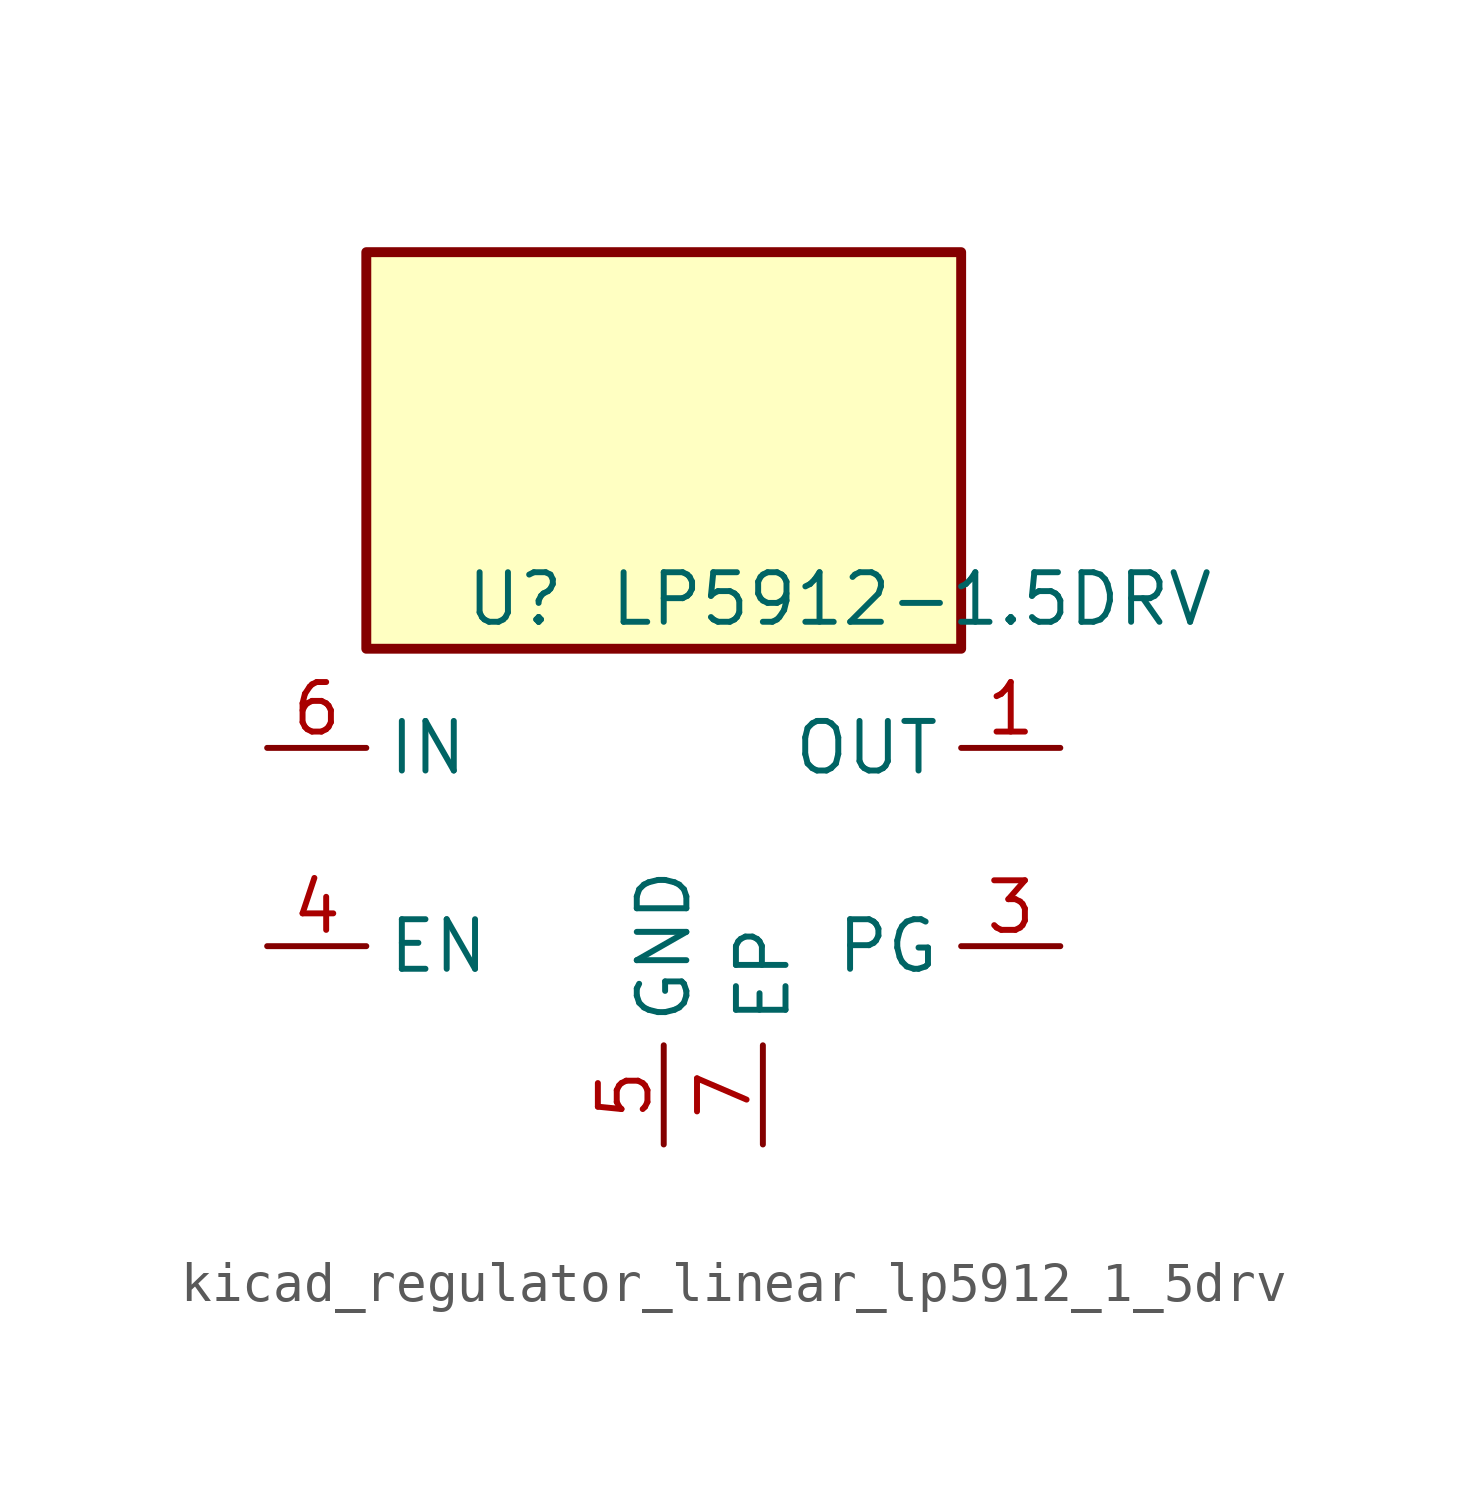
<source format=kicad_sym>
(kicad_symbol_lib
  (version 20220914)
  (generator kicad_symbol_editor)
  (symbol "kicad_regulator_linear_lp5912_1_5drv"
    (property "Reference" "U"
      (at -3.81 6.35 0)
      (effects (font (size 1.27 1.27))))
    (property "Value" "LP5912-1.5DRV"
      (at 6.35 6.35 0)
      (effects (font (size 1.27 1.27))))
    (symbol "kicad_regulator_linear_lp5912_1_5drv_0_1"
      (rectangle (start 7.62 15.24) (end -7.62 5.08) (stroke (width 0.254) (type default)) (fill (type background)))
      (pin power_out line (at 10.16 2.54 180) (length 2.54) (name "OUT" (effects (font (size 1.27 1.27)))) (number "1" (effects (font (size 1.27 1.27)))))
      (pin no_connect line (at 7.62 0 180) (length 2.54) hide (name "NC" (effects (font (size 1.27 1.27)))) (number "2" (effects (font (size 1.27 1.27)))))
      (pin input line (at -10.16 -2.54 0) (length 2.54) (name "EN" (effects (font (size 1.27 1.27)))) (number "4" (effects (font (size 1.27 1.27)))))
      (pin power_in line (at 0 -7.62 90) (length 2.54) (name "GND" (effects (font (size 1.27 1.27)))) (number "5" (effects (font (size 1.27 1.27)))))
      (pin power_in line (at -10.16 2.54 0) (length 2.54) (name "IN" (effects (font (size 1.27 1.27)))) (number "6" (effects (font (size 1.27 1.27))))))
    (symbol "kicad_regulator_linear_lp5912_1_5drv_1_1"
      (pin open_collector line (at 10.16 -2.54 180) (length 2.54) (name "PG" (effects (font (size 1.27 1.27)))) (number "3" (effects (font (size 1.27 1.27)))))
      (pin passive line (at 2.54 -7.62 90) (length 2.54) (name "EP" (effects (font (size 1.27 1.27)))) (number "7" (effects (font (size 1.27 1.27))))))))
</source>
